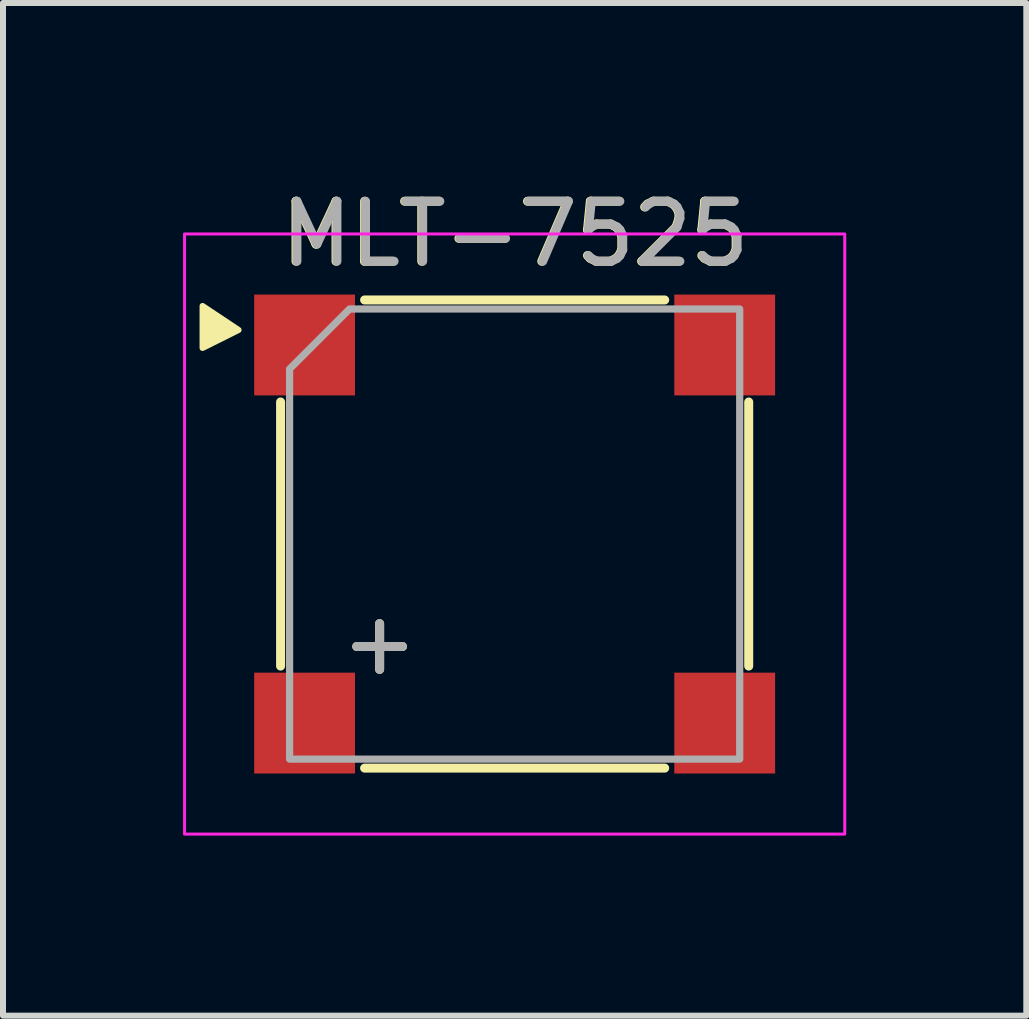
<source format=kicad_pcb>
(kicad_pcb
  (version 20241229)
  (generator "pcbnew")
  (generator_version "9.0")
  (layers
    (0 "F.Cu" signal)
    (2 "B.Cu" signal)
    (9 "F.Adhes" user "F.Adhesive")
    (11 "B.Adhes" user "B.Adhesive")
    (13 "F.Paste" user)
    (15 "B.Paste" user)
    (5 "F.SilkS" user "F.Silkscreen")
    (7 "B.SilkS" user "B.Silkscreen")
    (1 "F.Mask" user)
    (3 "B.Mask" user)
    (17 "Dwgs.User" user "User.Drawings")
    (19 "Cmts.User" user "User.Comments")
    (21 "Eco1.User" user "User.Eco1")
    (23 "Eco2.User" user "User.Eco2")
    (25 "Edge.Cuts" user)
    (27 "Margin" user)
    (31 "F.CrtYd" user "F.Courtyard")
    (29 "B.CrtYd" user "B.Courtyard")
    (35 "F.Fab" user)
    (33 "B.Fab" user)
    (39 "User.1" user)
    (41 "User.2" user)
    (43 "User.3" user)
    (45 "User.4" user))
  (footprint "MLT-7525"
    (layer "F.Cu")
    (at 5.525 5.848)
    (property "Reference" "MLT-7525" (at 0 -5 0) (layer "F.SilkS") (effects (font (size 1 1) (thickness 0.15))))
    (attr smd)
    (fp_line (start -3.9 2.2) (end -3.9 -2.2) (stroke (width 0.15) (type solid)) (layer "F.SilkS"))
    (fp_line (start -2.5 -3.9) (end 2.5 -3.9) (stroke (width 0.15) (type solid)) (layer "F.SilkS"))
    (fp_line (start -2.5 3.9) (end 2.5 3.9) (stroke (width 0.15) (type solid)) (layer "F.SilkS"))
    (fp_line (start 3.9 2.2) (end 3.9 -2.2) (stroke (width 0.15) (type solid)) (layer "F.SilkS"))
    (fp_poly (pts (xy -5.2 -3.8) (xy -5.2 -3.1) (xy -4.6 -3.4)) (stroke (width 0.1) (type solid)) (fill yes) (layer "F.SilkS"))
    (fp_rect (start -5.5 -5) (end 5.5 5) (stroke (width 0.05) (type default)) (fill no) (layer "F.CrtYd"))
    (fp_poly (pts (xy -3.75 -2.75) (xy -2.75 -3.75) (xy 3.75 -3.75) (xy 3.75 3.75) (xy -3.75 3.75)) (stroke (width 0.12) (type solid)) (fill no) (layer "F.Fab"))
    (fp_text user "+" (at -2.25 1.8 0) (layer "F.SilkS") (effects (font (size 1 1) (thickness 0.15))))
    (fp_text user "+" (at -2.25 1.8 0) (layer "F.Fab") (effects (font (size 1 1) (thickness 0.15))))
    (fp_text user "${REFERENCE}" (at 0.015 -5 0) (layer "F.Fab") (effects (font (size 1 1) (thickness 0.15))))
    (pad "" smd rect (at 3.5 -3.15 180) (size 1.68 1.68) (layers "F.Cu" "F.Mask" "F.Paste"))
    (pad "" smd rect (at 3.5 3.15 180) (size 1.68 1.68) (layers "F.Cu" "F.Mask" "F.Paste"))
    (pad "1" smd rect (at -3.5 3.15 180) (size 1.68 1.68) (layers "F.Cu" "F.Mask" "F.Paste"))
    (pad "2" smd rect (at -3.5 -3.15 180) (size 1.68 1.68) (layers "F.Cu" "F.Mask" "F.Paste")))
  (gr_rect
    (start -3 -3)
    (end 14.05 13.873)
    (stroke (width 0.1) (type default))
    (fill no)
    (layer "Edge.Cuts")))
</source>
